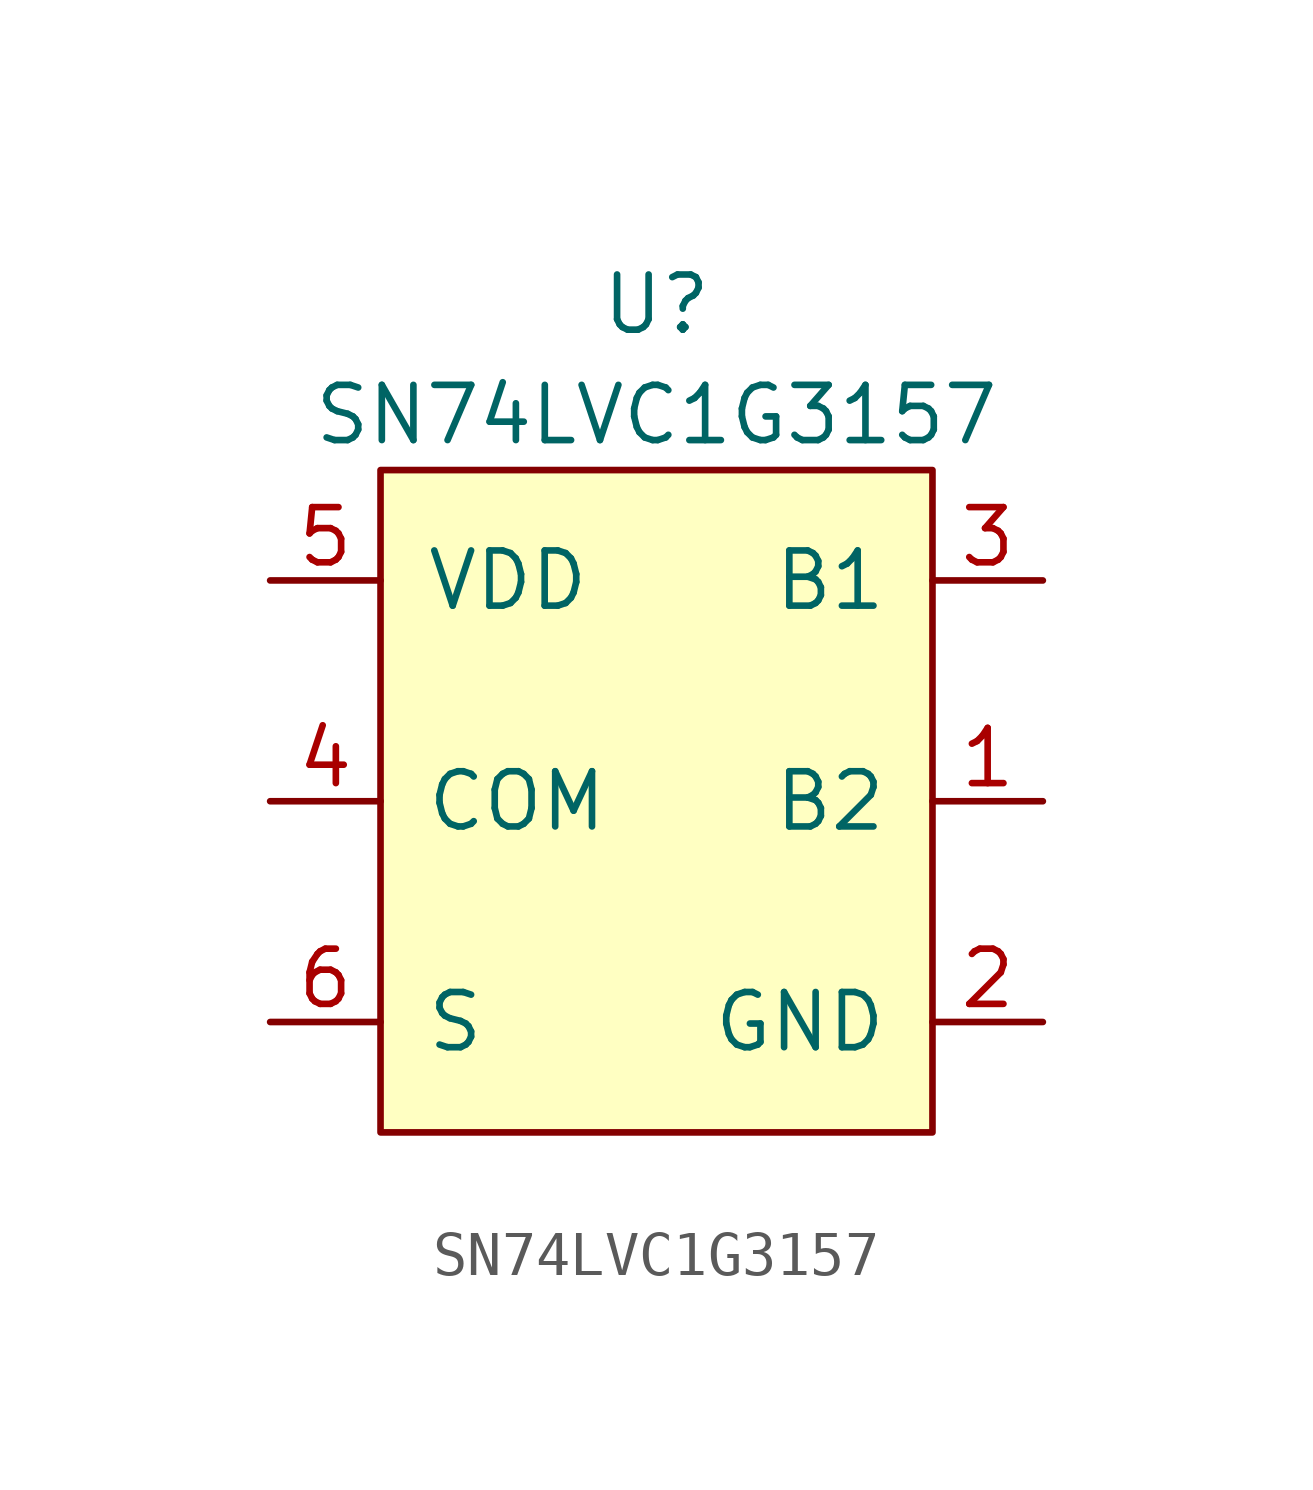
<source format=kicad_sym>
(kicad_symbol_lib
  (version 20211014)
  (generator kicad_symbol_editor)
  (symbol "SN74LVC1G3157"
    (pin_names
      (offset 1.016))
    (property "Reference" "U"
      (at 0 11.43 0)
      (effects (font (size 1.27 1.27))))
    (property "Value" "SN74LVC1G3157"
      (at 0 8.89 0)
      (effects (font (size 1.27 1.27))))
    (symbol "SN74LVC1G3157_0_1"
      (rectangle (start -6.35 7.62) (end 6.35 -7.62) (stroke (width 0) (type default) (color 0 0 0 0)) (fill (type background))))
    (symbol "SN74LVC1G3157_1_1"
      (pin bidirectional line (at 8.89 0 180) (length 2.54) (name "B2" (effects (font (size 1.27 1.27)))) (number "1" (effects (font (size 1.27 1.27)))))
      (pin passive line (at 8.89 -5.08 180) (length 2.54) (name "GND" (effects (font (size 1.27 1.27)))) (number "2" (effects (font (size 1.27 1.27)))))
      (pin bidirectional line (at 8.89 5.08 180) (length 2.54) (name "B1" (effects (font (size 1.27 1.27)))) (number "3" (effects (font (size 1.27 1.27)))))
      (pin bidirectional line (at -8.89 0 0) (length 2.54) (name "COM" (effects (font (size 1.27 1.27)))) (number "4" (effects (font (size 1.27 1.27)))))
      (pin passive line (at -8.89 5.08 0) (length 2.54) (name "VDD" (effects (font (size 1.27 1.27)))) (number "5" (effects (font (size 1.27 1.27)))))
      (pin input line (at -8.89 -5.08 0) (length 2.54) (name "S" (effects (font (size 1.27 1.27)))) (number "6" (effects (font (size 1.27 1.27))))))))
</source>
